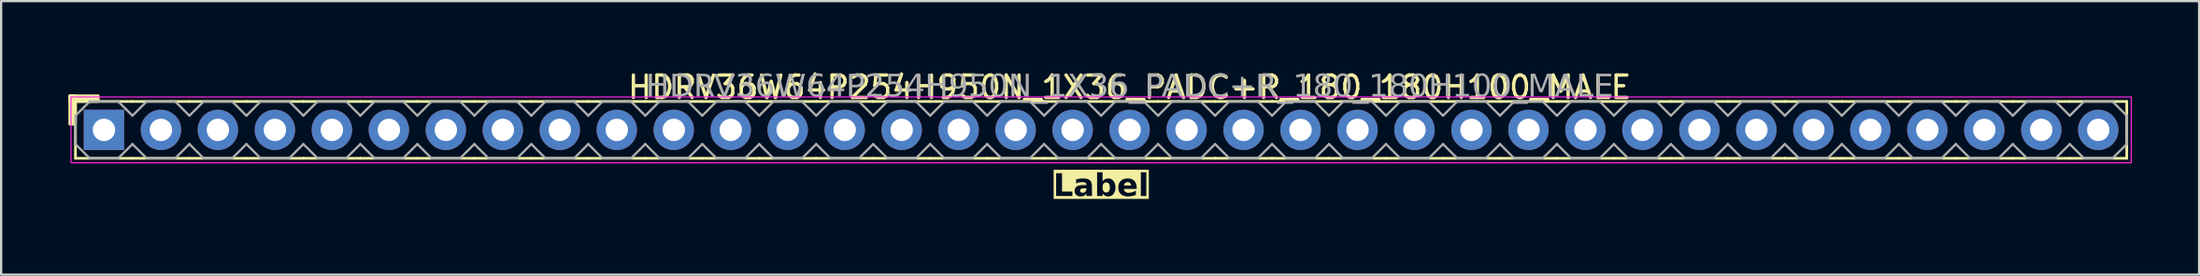
<source format=kicad_pcb>
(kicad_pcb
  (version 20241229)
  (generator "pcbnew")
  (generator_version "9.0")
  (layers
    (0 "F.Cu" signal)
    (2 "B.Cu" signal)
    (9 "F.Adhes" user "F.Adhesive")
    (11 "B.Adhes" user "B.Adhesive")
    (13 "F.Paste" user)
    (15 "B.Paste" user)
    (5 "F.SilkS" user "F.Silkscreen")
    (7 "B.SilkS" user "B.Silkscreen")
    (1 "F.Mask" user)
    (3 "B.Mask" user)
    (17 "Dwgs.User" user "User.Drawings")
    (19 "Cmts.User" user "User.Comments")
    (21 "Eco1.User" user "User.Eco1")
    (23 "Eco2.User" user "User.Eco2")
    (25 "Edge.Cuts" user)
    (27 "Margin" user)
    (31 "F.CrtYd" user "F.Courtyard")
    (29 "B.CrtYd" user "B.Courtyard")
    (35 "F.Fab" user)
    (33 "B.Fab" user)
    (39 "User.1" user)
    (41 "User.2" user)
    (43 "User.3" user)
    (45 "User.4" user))
  (footprint "HDRV36W64P254H950N_1X36_PADC+R_180_180H100_MALE"
    (layer "F.Cu")
    (at 46.034 2.753)
    (property "Reference" "HDRV36W64P254H950N_1X36_PADC+R_180_180H100_MALE" (at 1.27 -1.905 0) (layer "F.SilkS") (effects (font (size 1 1) (thickness 0.15))))
    (property "Label" "Label" (at 0 2.54 0) (layer "F.SilkS" knockout) (effects (font (face "Tahoma") (size 1 1) (thickness 0.2) (bold yes))))
    (attr through_hole)
    (fp_line (start -45.72 1.27) (end -45.72 -1.27) (stroke (width 0.12) (type solid)) (layer "F.SilkS"))
    (fp_line (start -43.18 -1.27) (end -45.72 -1.27) (stroke (width 0.12) (type solid)) (layer "F.SilkS"))
    (fp_line (start -43.18 1.27) (end -45.72 1.27) (stroke (width 0.12) (type solid)) (layer "F.SilkS"))
    (fp_line (start -40.64 -1.27) (end -43.18 -1.27) (stroke (width 0.12) (type solid)) (layer "F.SilkS"))
    (fp_line (start -40.64 1.27) (end -43.18 1.27) (stroke (width 0.12) (type solid)) (layer "F.SilkS"))
    (fp_line (start -38.1 -1.27) (end -40.64 -1.27) (stroke (width 0.12) (type solid)) (layer "F.SilkS"))
    (fp_line (start -38.1 1.27) (end -40.64 1.27) (stroke (width 0.12) (type solid)) (layer "F.SilkS"))
    (fp_line (start -35.56 -1.27) (end -38.1 -1.27) (stroke (width 0.12) (type solid)) (layer "F.SilkS"))
    (fp_line (start -35.56 1.27) (end -38.1 1.27) (stroke (width 0.12) (type solid)) (layer "F.SilkS"))
    (fp_line (start -33.02 -1.27) (end -35.56 -1.27) (stroke (width 0.12) (type solid)) (layer "F.SilkS"))
    (fp_line (start -33.02 1.27) (end -35.56 1.27) (stroke (width 0.12) (type solid)) (layer "F.SilkS"))
    (fp_line (start -30.48 -1.27) (end -33.02 -1.27) (stroke (width 0.12) (type solid)) (layer "F.SilkS"))
    (fp_line (start -30.48 1.27) (end -33.02 1.27) (stroke (width 0.12) (type solid)) (layer "F.SilkS"))
    (fp_line (start -27.94 -1.27) (end -30.48 -1.27) (stroke (width 0.12) (type solid)) (layer "F.SilkS"))
    (fp_line (start -27.94 1.27) (end -30.48 1.27) (stroke (width 0.12) (type solid)) (layer "F.SilkS"))
    (fp_line (start -25.4 -1.27) (end -27.94 -1.27) (stroke (width 0.12) (type solid)) (layer "F.SilkS"))
    (fp_line (start -25.4 1.27) (end -27.94 1.27) (stroke (width 0.12) (type solid)) (layer "F.SilkS"))
    (fp_line (start -22.86 -1.27) (end -25.4 -1.27) (stroke (width 0.12) (type solid)) (layer "F.SilkS"))
    (fp_line (start -22.86 1.27) (end -25.4 1.27) (stroke (width 0.12) (type solid)) (layer "F.SilkS"))
    (fp_line (start -20.32 -1.27) (end -22.86 -1.27) (stroke (width 0.12) (type solid)) (layer "F.SilkS"))
    (fp_line (start -20.32 1.27) (end -22.86 1.27) (stroke (width 0.12) (type solid)) (layer "F.SilkS"))
    (fp_line (start -17.78 -1.27) (end -20.32 -1.27) (stroke (width 0.12) (type solid)) (layer "F.SilkS"))
    (fp_line (start -17.78 1.27) (end -20.32 1.27) (stroke (width 0.12) (type solid)) (layer "F.SilkS"))
    (fp_line (start -15.24 -1.27) (end -17.78 -1.27) (stroke (width 0.12) (type solid)) (layer "F.SilkS"))
    (fp_line (start -15.24 1.27) (end -17.78 1.27) (stroke (width 0.12) (type solid)) (layer "F.SilkS"))
    (fp_line (start -12.7 -1.27) (end -15.24 -1.27) (stroke (width 0.12) (type solid)) (layer "F.SilkS"))
    (fp_line (start -12.7 1.27) (end -15.24 1.27) (stroke (width 0.12) (type solid)) (layer "F.SilkS"))
    (fp_line (start -10.16 -1.27) (end -12.7 -1.27) (stroke (width 0.12) (type solid)) (layer "F.SilkS"))
    (fp_line (start -10.16 1.27) (end -12.7 1.27) (stroke (width 0.12) (type solid)) (layer "F.SilkS"))
    (fp_line (start -7.62 -1.27) (end -10.16 -1.27) (stroke (width 0.12) (type solid)) (layer "F.SilkS"))
    (fp_line (start -7.62 1.27) (end -10.16 1.27) (stroke (width 0.12) (type solid)) (layer "F.SilkS"))
    (fp_line (start -5.08 -1.27) (end -7.62 -1.27) (stroke (width 0.12) (type solid)) (layer "F.SilkS"))
    (fp_line (start -5.08 1.27) (end -7.62 1.27) (stroke (width 0.12) (type solid)) (layer "F.SilkS"))
    (fp_line (start -2.54 -1.27) (end -5.08 -1.27) (stroke (width 0.12) (type solid)) (layer "F.SilkS"))
    (fp_line (start -2.54 1.27) (end -5.08 1.27) (stroke (width 0.12) (type solid)) (layer "F.SilkS"))
    (fp_line (start 0 -1.27) (end -2.54 -1.27) (stroke (width 0.12) (type solid)) (layer "F.SilkS"))
    (fp_line (start 0 1.27) (end -2.54 1.27) (stroke (width 0.12) (type solid)) (layer "F.SilkS"))
    (fp_line (start 2.54 -1.27) (end 0 -1.27) (stroke (width 0.12) (type solid)) (layer "F.SilkS"))
    (fp_line (start 2.54 1.27) (end 0 1.27) (stroke (width 0.12) (type solid)) (layer "F.SilkS"))
    (fp_line (start 5.08 -1.27) (end 2.54 -1.27) (stroke (width 0.12) (type solid)) (layer "F.SilkS"))
    (fp_line (start 5.08 1.27) (end 2.54 1.27) (stroke (width 0.12) (type solid)) (layer "F.SilkS"))
    (fp_line (start 7.62 -1.27) (end 5.08 -1.27) (stroke (width 0.12) (type solid)) (layer "F.SilkS"))
    (fp_line (start 7.62 1.27) (end 5.08 1.27) (stroke (width 0.12) (type solid)) (layer "F.SilkS"))
    (fp_line (start 10.16 -1.27) (end 7.62 -1.27) (stroke (width 0.12) (type solid)) (layer "F.SilkS"))
    (fp_line (start 10.16 1.27) (end 7.62 1.27) (stroke (width 0.12) (type solid)) (layer "F.SilkS"))
    (fp_line (start 12.7 -1.27) (end 10.16 -1.27) (stroke (width 0.12) (type solid)) (layer "F.SilkS"))
    (fp_line (start 12.7 1.27) (end 10.16 1.27) (stroke (width 0.12) (type solid)) (layer "F.SilkS"))
    (fp_line (start 15.24 -1.27) (end 12.7 -1.27) (stroke (width 0.12) (type solid)) (layer "F.SilkS"))
    (fp_line (start 15.24 1.27) (end 12.7 1.27) (stroke (width 0.12) (type solid)) (layer "F.SilkS"))
    (fp_line (start 17.78 -1.27) (end 15.24 -1.27) (stroke (width 0.12) (type solid)) (layer "F.SilkS"))
    (fp_line (start 17.78 1.27) (end 15.24 1.27) (stroke (width 0.12) (type solid)) (layer "F.SilkS"))
    (fp_line (start 20.32 -1.27) (end 17.78 -1.27) (stroke (width 0.12) (type solid)) (layer "F.SilkS"))
    (fp_line (start 20.32 1.27) (end 17.78 1.27) (stroke (width 0.12) (type solid)) (layer "F.SilkS"))
    (fp_line (start 22.86 -1.27) (end 20.32 -1.27) (stroke (width 0.12) (type solid)) (layer "F.SilkS"))
    (fp_line (start 22.86 1.27) (end 20.32 1.27) (stroke (width 0.12) (type solid)) (layer "F.SilkS"))
    (fp_line (start 25.4 -1.27) (end 22.86 -1.27) (stroke (width 0.12) (type solid)) (layer "F.SilkS"))
    (fp_line (start 25.4 1.27) (end 22.86 1.27) (stroke (width 0.12) (type solid)) (layer "F.SilkS"))
    (fp_line (start 27.94 -1.27) (end 25.4 -1.27) (stroke (width 0.12) (type solid)) (layer "F.SilkS"))
    (fp_line (start 27.94 1.27) (end 25.4 1.27) (stroke (width 0.12) (type solid)) (layer "F.SilkS"))
    (fp_line (start 30.48 -1.27) (end 27.94 -1.27) (stroke (width 0.12) (type solid)) (layer "F.SilkS"))
    (fp_line (start 30.48 1.27) (end 27.94 1.27) (stroke (width 0.12) (type solid)) (layer "F.SilkS"))
    (fp_line (start 33.02 -1.27) (end 30.48 -1.27) (stroke (width 0.12) (type solid)) (layer "F.SilkS"))
    (fp_line (start 33.02 1.27) (end 30.48 1.27) (stroke (width 0.12) (type solid)) (layer "F.SilkS"))
    (fp_line (start 35.56 -1.27) (end 33.02 -1.27) (stroke (width 0.12) (type solid)) (layer "F.SilkS"))
    (fp_line (start 35.56 1.27) (end 33.02 1.27) (stroke (width 0.12) (type solid)) (layer "F.SilkS"))
    (fp_line (start 38.1 -1.27) (end 35.56 -1.27) (stroke (width 0.12) (type solid)) (layer "F.SilkS"))
    (fp_line (start 38.1 1.27) (end 35.56 1.27) (stroke (width 0.12) (type solid)) (layer "F.SilkS"))
    (fp_line (start 40.64 -1.27) (end 38.1 -1.27) (stroke (width 0.12) (type solid)) (layer "F.SilkS"))
    (fp_line (start 40.64 1.27) (end 38.1 1.27) (stroke (width 0.12) (type solid)) (layer "F.SilkS"))
    (fp_line (start 43.18 -1.27) (end 40.64 -1.27) (stroke (width 0.12) (type solid)) (layer "F.SilkS"))
    (fp_line (start 43.18 1.27) (end 40.64 1.27) (stroke (width 0.12) (type solid)) (layer "F.SilkS"))
    (fp_line (start 45.72 -1.27) (end 43.18 -1.27) (stroke (width 0.12) (type solid)) (layer "F.SilkS"))
    (fp_line (start 45.72 1.27) (end 43.18 1.27) (stroke (width 0.12) (type solid)) (layer "F.SilkS"))
    (fp_line (start 45.72 1.27) (end 45.72 -1.27) (stroke (width 0.12) (type solid)) (layer "F.SilkS"))
    (fp_rect (start -45.974 -0.254) (end -45.72 -1.524) (stroke (width 0.12) (type solid)) (fill yes) (layer "F.SilkS"))
    (fp_rect (start -44.704 -1.27) (end -45.974 -1.524) (stroke (width 0.12) (type solid)) (fill yes) (layer "F.SilkS"))
    (fp_rect (start -45.92 -1.47) (end 45.92 1.47) (stroke (width 0.05) (type default)) (fill no) (layer "F.CrtYd"))
    (fp_line (start -45.72 -0.635) (end -45.72 0.635) (stroke (width 0.1) (type solid)) (layer "F.Fab"))
    (fp_line (start -45.72 -0.635) (end -45.085 -1.27) (stroke (width 0.1) (type solid)) (layer "F.Fab"))
    (fp_line (start -45.085 -1.27) (end -43.815 -1.27) (stroke (width 0.1) (type solid)) (layer "F.Fab"))
    (fp_line (start -45.085 1.27) (end -45.72 0.635) (stroke (width 0.1) (type solid)) (layer "F.Fab"))
    (fp_line (start -43.815 -1.27) (end -43.18 -0.635) (stroke (width 0.1) (type solid)) (layer "F.Fab"))
    (fp_line (start -43.815 1.27) (end -45.085 1.27) (stroke (width 0.1) (type solid)) (layer "F.Fab"))
    (fp_line (start -43.18 -0.635) (end -42.545 -1.27) (stroke (width 0.1) (type solid)) (layer "F.Fab"))
    (fp_line (start -43.18 0.635) (end -43.815 1.27) (stroke (width 0.1) (type solid)) (layer "F.Fab"))
    (fp_line (start -42.545 -1.27) (end -41.275 -1.27) (stroke (width 0.1) (type solid)) (layer "F.Fab"))
    (fp_line (start -42.545 1.27) (end -43.18 0.635) (stroke (width 0.1) (type solid)) (layer "F.Fab"))
    (fp_line (start -41.275 -1.27) (end -40.64 -0.635) (stroke (width 0.1) (type solid)) (layer "F.Fab"))
    (fp_line (start -41.275 1.27) (end -42.545 1.27) (stroke (width 0.1) (type solid)) (layer "F.Fab"))
    (fp_line (start -40.64 -0.635) (end -40.005 -1.27) (stroke (width 0.1) (type solid)) (layer "F.Fab"))
    (fp_line (start -40.64 0.635) (end -41.275 1.27) (stroke (width 0.1) (type solid)) (layer "F.Fab"))
    (fp_line (start -40.005 -1.27) (end -38.735 -1.27) (stroke (width 0.1) (type solid)) (layer "F.Fab"))
    (fp_line (start -40.005 1.27) (end -40.64 0.635) (stroke (width 0.1) (type solid)) (layer "F.Fab"))
    (fp_line (start -38.735 -1.27) (end -38.1 -0.635) (stroke (width 0.1) (type solid)) (layer "F.Fab"))
    (fp_line (start -38.735 1.27) (end -40.005 1.27) (stroke (width 0.1) (type solid)) (layer "F.Fab"))
    (fp_line (start -38.1 -0.635) (end -37.465 -1.27) (stroke (width 0.1) (type solid)) (layer "F.Fab"))
    (fp_line (start -38.1 0.635) (end -38.735 1.27) (stroke (width 0.1) (type solid)) (layer "F.Fab"))
    (fp_line (start -37.465 -1.27) (end -36.195 -1.27) (stroke (width 0.1) (type solid)) (layer "F.Fab"))
    (fp_line (start -37.465 1.27) (end -38.1 0.635) (stroke (width 0.1) (type solid)) (layer "F.Fab"))
    (fp_line (start -36.195 -1.27) (end -35.56 -0.635) (stroke (width 0.1) (type solid)) (layer "F.Fab"))
    (fp_line (start -36.195 1.27) (end -37.465 1.27) (stroke (width 0.1) (type solid)) (layer "F.Fab"))
    (fp_line (start -35.56 -0.635) (end -34.925 -1.27) (stroke (width 0.1) (type solid)) (layer "F.Fab"))
    (fp_line (start -35.56 0.635) (end -36.195 1.27) (stroke (width 0.1) (type solid)) (layer "F.Fab"))
    (fp_line (start -34.925 -1.27) (end -33.655 -1.27) (stroke (width 0.1) (type solid)) (layer "F.Fab"))
    (fp_line (start -34.925 1.27) (end -35.56 0.635) (stroke (width 0.1) (type solid)) (layer "F.Fab"))
    (fp_line (start -33.655 -1.27) (end -33.02 -0.635) (stroke (width 0.1) (type solid)) (layer "F.Fab"))
    (fp_line (start -33.655 1.27) (end -34.925 1.27) (stroke (width 0.1) (type solid)) (layer "F.Fab"))
    (fp_line (start -33.02 -0.635) (end -32.385 -1.27) (stroke (width 0.1) (type solid)) (layer "F.Fab"))
    (fp_line (start -33.02 0.635) (end -33.655 1.27) (stroke (width 0.1) (type solid)) (layer "F.Fab"))
    (fp_line (start -32.385 -1.27) (end -31.115 -1.27) (stroke (width 0.1) (type solid)) (layer "F.Fab"))
    (fp_line (start -32.385 1.27) (end -33.02 0.635) (stroke (width 0.1) (type solid)) (layer "F.Fab"))
    (fp_line (start -31.115 -1.27) (end -30.48 -0.635) (stroke (width 0.1) (type solid)) (layer "F.Fab"))
    (fp_line (start -31.115 1.27) (end -32.385 1.27) (stroke (width 0.1) (type solid)) (layer "F.Fab"))
    (fp_line (start -30.48 -0.635) (end -29.845 -1.27) (stroke (width 0.1) (type solid)) (layer "F.Fab"))
    (fp_line (start -30.48 0.635) (end -31.115 1.27) (stroke (width 0.1) (type solid)) (layer "F.Fab"))
    (fp_line (start -29.845 -1.27) (end -28.575 -1.27) (stroke (width 0.1) (type solid)) (layer "F.Fab"))
    (fp_line (start -29.845 1.27) (end -30.48 0.635) (stroke (width 0.1) (type solid)) (layer "F.Fab"))
    (fp_line (start -28.575 -1.27) (end -27.94 -0.635) (stroke (width 0.1) (type solid)) (layer "F.Fab"))
    (fp_line (start -28.575 1.27) (end -29.845 1.27) (stroke (width 0.1) (type solid)) (layer "F.Fab"))
    (fp_line (start -27.94 -0.635) (end -27.305 -1.27) (stroke (width 0.1) (type solid)) (layer "F.Fab"))
    (fp_line (start -27.94 0.635) (end -28.575 1.27) (stroke (width 0.1) (type solid)) (layer "F.Fab"))
    (fp_line (start -27.305 -1.27) (end -26.035 -1.27) (stroke (width 0.1) (type solid)) (layer "F.Fab"))
    (fp_line (start -27.305 1.27) (end -27.94 0.635) (stroke (width 0.1) (type solid)) (layer "F.Fab"))
    (fp_line (start -26.035 -1.27) (end -25.4 -0.635) (stroke (width 0.1) (type solid)) (layer "F.Fab"))
    (fp_line (start -26.035 1.27) (end -27.305 1.27) (stroke (width 0.1) (type solid)) (layer "F.Fab"))
    (fp_line (start -25.4 -0.635) (end -24.765 -1.27) (stroke (width 0.1) (type solid)) (layer "F.Fab"))
    (fp_line (start -25.4 0.635) (end -26.035 1.27) (stroke (width 0.1) (type solid)) (layer "F.Fab"))
    (fp_line (start -24.765 -1.27) (end -23.495 -1.27) (stroke (width 0.1) (type solid)) (layer "F.Fab"))
    (fp_line (start -24.765 1.27) (end -25.4 0.635) (stroke (width 0.1) (type solid)) (layer "F.Fab"))
    (fp_line (start -23.495 -1.27) (end -22.86 -0.635) (stroke (width 0.1) (type solid)) (layer "F.Fab"))
    (fp_line (start -23.495 1.27) (end -24.765 1.27) (stroke (width 0.1) (type solid)) (layer "F.Fab"))
    (fp_line (start -22.86 -0.635) (end -22.225 -1.27) (stroke (width 0.1) (type solid)) (layer "F.Fab"))
    (fp_line (start -22.86 0.635) (end -23.495 1.27) (stroke (width 0.1) (type solid)) (layer "F.Fab"))
    (fp_line (start -22.225 -1.27) (end -20.955 -1.27) (stroke (width 0.1) (type solid)) (layer "F.Fab"))
    (fp_line (start -22.225 1.27) (end -22.86 0.635) (stroke (width 0.1) (type solid)) (layer "F.Fab"))
    (fp_line (start -20.955 -1.27) (end -20.32 -0.635) (stroke (width 0.1) (type solid)) (layer "F.Fab"))
    (fp_line (start -20.955 1.27) (end -22.225 1.27) (stroke (width 0.1) (type solid)) (layer "F.Fab"))
    (fp_line (start -20.32 -0.635) (end -19.685 -1.27) (stroke (width 0.1) (type solid)) (layer "F.Fab"))
    (fp_line (start -20.32 0.635) (end -20.955 1.27) (stroke (width 0.1) (type solid)) (layer "F.Fab"))
    (fp_line (start -19.685 -1.27) (end -18.415 -1.27) (stroke (width 0.1) (type solid)) (layer "F.Fab"))
    (fp_line (start -19.685 1.27) (end -20.32 0.635) (stroke (width 0.1) (type solid)) (layer "F.Fab"))
    (fp_line (start -18.415 -1.27) (end -17.78 -0.635) (stroke (width 0.1) (type solid)) (layer "F.Fab"))
    (fp_line (start -18.415 1.27) (end -19.685 1.27) (stroke (width 0.1) (type solid)) (layer "F.Fab"))
    (fp_line (start -17.78 -0.635) (end -17.145 -1.27) (stroke (width 0.1) (type solid)) (layer "F.Fab"))
    (fp_line (start -17.78 0.635) (end -18.415 1.27) (stroke (width 0.1) (type solid)) (layer "F.Fab"))
    (fp_line (start -17.145 -1.27) (end -15.875 -1.27) (stroke (width 0.1) (type solid)) (layer "F.Fab"))
    (fp_line (start -17.145 1.27) (end -17.78 0.635) (stroke (width 0.1) (type solid)) (layer "F.Fab"))
    (fp_line (start -15.875 -1.27) (end -15.24 -0.635) (stroke (width 0.1) (type solid)) (layer "F.Fab"))
    (fp_line (start -15.875 1.27) (end -17.145 1.27) (stroke (width 0.1) (type solid)) (layer "F.Fab"))
    (fp_line (start -15.24 -0.635) (end -14.605 -1.27) (stroke (width 0.1) (type solid)) (layer "F.Fab"))
    (fp_line (start -15.24 0.635) (end -15.875 1.27) (stroke (width 0.1) (type solid)) (layer "F.Fab"))
    (fp_line (start -14.605 -1.27) (end -13.335 -1.27) (stroke (width 0.1) (type solid)) (layer "F.Fab"))
    (fp_line (start -14.605 1.27) (end -15.24 0.635) (stroke (width 0.1) (type solid)) (layer "F.Fab"))
    (fp_line (start -13.335 -1.27) (end -12.7 -0.635) (stroke (width 0.1) (type solid)) (layer "F.Fab"))
    (fp_line (start -13.335 1.27) (end -14.605 1.27) (stroke (width 0.1) (type solid)) (layer "F.Fab"))
    (fp_line (start -12.7 -0.635) (end -12.065 -1.27) (stroke (width 0.1) (type solid)) (layer "F.Fab"))
    (fp_line (start -12.7 0.635) (end -13.335 1.27) (stroke (width 0.1) (type solid)) (layer "F.Fab"))
    (fp_line (start -12.065 -1.27) (end -10.795 -1.27) (stroke (width 0.1) (type solid)) (layer "F.Fab"))
    (fp_line (start -12.065 1.27) (end -12.7 0.635) (stroke (width 0.1) (type solid)) (layer "F.Fab"))
    (fp_line (start -10.795 -1.27) (end -10.16 -0.635) (stroke (width 0.1) (type solid)) (layer "F.Fab"))
    (fp_line (start -10.795 1.27) (end -12.065 1.27) (stroke (width 0.1) (type solid)) (layer "F.Fab"))
    (fp_line (start -10.16 -0.635) (end -9.525 -1.27) (stroke (width 0.1) (type solid)) (layer "F.Fab"))
    (fp_line (start -10.16 0.635) (end -10.795 1.27) (stroke (width 0.1) (type solid)) (layer "F.Fab"))
    (fp_line (start -9.525 -1.27) (end -8.255 -1.27) (stroke (width 0.1) (type solid)) (layer "F.Fab"))
    (fp_line (start -9.525 1.27) (end -10.16 0.635) (stroke (width 0.1) (type solid)) (layer "F.Fab"))
    (fp_line (start -8.255 -1.27) (end -7.62 -0.635) (stroke (width 0.1) (type solid)) (layer "F.Fab"))
    (fp_line (start -8.255 1.27) (end -9.525 1.27) (stroke (width 0.1) (type solid)) (layer "F.Fab"))
    (fp_line (start -7.62 -0.635) (end -6.985 -1.27) (stroke (width 0.1) (type solid)) (layer "F.Fab"))
    (fp_line (start -7.62 0.635) (end -8.255 1.27) (stroke (width 0.1) (type solid)) (layer "F.Fab"))
    (fp_line (start -6.985 -1.27) (end -5.715 -1.27) (stroke (width 0.1) (type solid)) (layer "F.Fab"))
    (fp_line (start -6.985 1.27) (end -7.62 0.635) (stroke (width 0.1) (type solid)) (layer "F.Fab"))
    (fp_line (start -5.715 -1.27) (end -5.08 -0.635) (stroke (width 0.1) (type solid)) (layer "F.Fab"))
    (fp_line (start -5.715 1.27) (end -6.985 1.27) (stroke (width 0.1) (type solid)) (layer "F.Fab"))
    (fp_line (start -5.08 -0.635) (end -4.445 -1.27) (stroke (width 0.1) (type solid)) (layer "F.Fab"))
    (fp_line (start -5.08 0.635) (end -5.715 1.27) (stroke (width 0.1) (type solid)) (layer "F.Fab"))
    (fp_line (start -4.445 -1.27) (end -3.175 -1.27) (stroke (width 0.1) (type solid)) (layer "F.Fab"))
    (fp_line (start -4.445 1.27) (end -5.08 0.635) (stroke (width 0.1) (type solid)) (layer "F.Fab"))
    (fp_line (start -3.175 -1.27) (end -2.54 -0.635) (stroke (width 0.1) (type solid)) (layer "F.Fab"))
    (fp_line (start -3.175 1.27) (end -4.445 1.27) (stroke (width 0.1) (type solid)) (layer "F.Fab"))
    (fp_line (start -2.54 -0.635) (end -1.905 -1.27) (stroke (width 0.1) (type solid)) (layer "F.Fab"))
    (fp_line (start -2.54 0.635) (end -3.175 1.27) (stroke (width 0.1) (type solid)) (layer "F.Fab"))
    (fp_line (start -1.905 -1.27) (end -0.635 -1.27) (stroke (width 0.1) (type solid)) (layer "F.Fab"))
    (fp_line (start -1.905 1.27) (end -2.54 0.635) (stroke (width 0.1) (type solid)) (layer "F.Fab"))
    (fp_line (start -0.635 -1.27) (end 0 -0.635) (stroke (width 0.1) (type solid)) (layer "F.Fab"))
    (fp_line (start -0.635 1.27) (end -1.905 1.27) (stroke (width 0.1) (type solid)) (layer "F.Fab"))
    (fp_line (start 0 -0.635) (end 0.635 -1.27) (stroke (width 0.1) (type solid)) (layer "F.Fab"))
    (fp_line (start 0 0.635) (end -0.635 1.27) (stroke (width 0.1) (type solid)) (layer "F.Fab"))
    (fp_line (start 0.635 -1.27) (end 1.905 -1.27) (stroke (width 0.1) (type solid)) (layer "F.Fab"))
    (fp_line (start 0.635 1.27) (end 0 0.635) (stroke (width 0.1) (type solid)) (layer "F.Fab"))
    (fp_line (start 1.905 -1.27) (end 2.54 -0.635) (stroke (width 0.1) (type solid)) (layer "F.Fab"))
    (fp_line (start 1.905 1.27) (end 0.635 1.27) (stroke (width 0.1) (type solid)) (layer "F.Fab"))
    (fp_line (start 2.54 -0.635) (end 3.175 -1.27) (stroke (width 0.1) (type solid)) (layer "F.Fab"))
    (fp_line (start 2.54 0.635) (end 1.905 1.27) (stroke (width 0.1) (type solid)) (layer "F.Fab"))
    (fp_line (start 3.175 -1.27) (end 4.445 -1.27) (stroke (width 0.1) (type solid)) (layer "F.Fab"))
    (fp_line (start 3.175 1.27) (end 2.54 0.635) (stroke (width 0.1) (type solid)) (layer "F.Fab"))
    (fp_line (start 4.445 -1.27) (end 5.08 -0.635) (stroke (width 0.1) (type solid)) (layer "F.Fab"))
    (fp_line (start 4.445 1.27) (end 3.175 1.27) (stroke (width 0.1) (type solid)) (layer "F.Fab"))
    (fp_line (start 5.08 -0.635) (end 5.715 -1.27) (stroke (width 0.1) (type solid)) (layer "F.Fab"))
    (fp_line (start 5.08 0.635) (end 4.445 1.27) (stroke (width 0.1) (type solid)) (layer "F.Fab"))
    (fp_line (start 5.715 -1.27) (end 6.985 -1.27) (stroke (width 0.1) (type solid)) (layer "F.Fab"))
    (fp_line (start 5.715 1.27) (end 5.08 0.635) (stroke (width 0.1) (type solid)) (layer "F.Fab"))
    (fp_line (start 6.985 -1.27) (end 7.62 -0.635) (stroke (width 0.1) (type solid)) (layer "F.Fab"))
    (fp_line (start 6.985 1.27) (end 5.715 1.27) (stroke (width 0.1) (type solid)) (layer "F.Fab"))
    (fp_line (start 7.62 -0.635) (end 8.255 -1.27) (stroke (width 0.1) (type solid)) (layer "F.Fab"))
    (fp_line (start 7.62 0.635) (end 6.985 1.27) (stroke (width 0.1) (type solid)) (layer "F.Fab"))
    (fp_line (start 8.255 -1.27) (end 9.525 -1.27) (stroke (width 0.1) (type solid)) (layer "F.Fab"))
    (fp_line (start 8.255 1.27) (end 7.62 0.635) (stroke (width 0.1) (type solid)) (layer "F.Fab"))
    (fp_line (start 9.525 -1.27) (end 10.16 -0.635) (stroke (width 0.1) (type solid)) (layer "F.Fab"))
    (fp_line (start 9.525 1.27) (end 8.255 1.27) (stroke (width 0.1) (type solid)) (layer "F.Fab"))
    (fp_line (start 10.16 -0.635) (end 10.795 -1.27) (stroke (width 0.1) (type solid)) (layer "F.Fab"))
    (fp_line (start 10.16 0.635) (end 9.525 1.27) (stroke (width 0.1) (type solid)) (layer "F.Fab"))
    (fp_line (start 10.795 -1.27) (end 12.065 -1.27) (stroke (width 0.1) (type solid)) (layer "F.Fab"))
    (fp_line (start 10.795 1.27) (end 10.16 0.635) (stroke (width 0.1) (type solid)) (layer "F.Fab"))
    (fp_line (start 12.065 -1.27) (end 12.7 -0.635) (stroke (width 0.1) (type solid)) (layer "F.Fab"))
    (fp_line (start 12.065 1.27) (end 10.795 1.27) (stroke (width 0.1) (type solid)) (layer "F.Fab"))
    (fp_line (start 12.7 -0.635) (end 13.335 -1.27) (stroke (width 0.1) (type solid)) (layer "F.Fab"))
    (fp_line (start 12.7 0.635) (end 12.065 1.27) (stroke (width 0.1) (type solid)) (layer "F.Fab"))
    (fp_line (start 13.335 -1.27) (end 14.605 -1.27) (stroke (width 0.1) (type solid)) (layer "F.Fab"))
    (fp_line (start 13.335 1.27) (end 12.7 0.635) (stroke (width 0.1) (type solid)) (layer "F.Fab"))
    (fp_line (start 14.605 -1.27) (end 15.24 -0.635) (stroke (width 0.1) (type solid)) (layer "F.Fab"))
    (fp_line (start 14.605 1.27) (end 13.335 1.27) (stroke (width 0.1) (type solid)) (layer "F.Fab"))
    (fp_line (start 15.24 -0.635) (end 15.875 -1.27) (stroke (width 0.1) (type solid)) (layer "F.Fab"))
    (fp_line (start 15.24 0.635) (end 14.605 1.27) (stroke (width 0.1) (type solid)) (layer "F.Fab"))
    (fp_line (start 15.875 -1.27) (end 17.145 -1.27) (stroke (width 0.1) (type solid)) (layer "F.Fab"))
    (fp_line (start 15.875 1.27) (end 15.24 0.635) (stroke (width 0.1) (type solid)) (layer "F.Fab"))
    (fp_line (start 17.145 -1.27) (end 17.78 -0.635) (stroke (width 0.1) (type solid)) (layer "F.Fab"))
    (fp_line (start 17.145 1.27) (end 15.875 1.27) (stroke (width 0.1) (type solid)) (layer "F.Fab"))
    (fp_line (start 17.78 -0.635) (end 18.415 -1.27) (stroke (width 0.1) (type solid)) (layer "F.Fab"))
    (fp_line (start 17.78 0.635) (end 17.145 1.27) (stroke (width 0.1) (type solid)) (layer "F.Fab"))
    (fp_line (start 18.415 -1.27) (end 19.685 -1.27) (stroke (width 0.1) (type solid)) (layer "F.Fab"))
    (fp_line (start 18.415 1.27) (end 17.78 0.635) (stroke (width 0.1) (type solid)) (layer "F.Fab"))
    (fp_line (start 19.685 -1.27) (end 20.32 -0.635) (stroke (width 0.1) (type solid)) (layer "F.Fab"))
    (fp_line (start 19.685 1.27) (end 18.415 1.27) (stroke (width 0.1) (type solid)) (layer "F.Fab"))
    (fp_line (start 20.32 -0.635) (end 20.955 -1.27) (stroke (width 0.1) (type solid)) (layer "F.Fab"))
    (fp_line (start 20.32 0.635) (end 19.685 1.27) (stroke (width 0.1) (type solid)) (layer "F.Fab"))
    (fp_line (start 20.955 -1.27) (end 22.225 -1.27) (stroke (width 0.1) (type solid)) (layer "F.Fab"))
    (fp_line (start 20.955 1.27) (end 20.32 0.635) (stroke (width 0.1) (type solid)) (layer "F.Fab"))
    (fp_line (start 22.225 -1.27) (end 22.86 -0.635) (stroke (width 0.1) (type solid)) (layer "F.Fab"))
    (fp_line (start 22.225 1.27) (end 20.955 1.27) (stroke (width 0.1) (type solid)) (layer "F.Fab"))
    (fp_line (start 22.86 -0.635) (end 23.495 -1.27) (stroke (width 0.1) (type solid)) (layer "F.Fab"))
    (fp_line (start 22.86 0.635) (end 22.225 1.27) (stroke (width 0.1) (type solid)) (layer "F.Fab"))
    (fp_line (start 23.495 -1.27) (end 24.765 -1.27) (stroke (width 0.1) (type solid)) (layer "F.Fab"))
    (fp_line (start 23.495 1.27) (end 22.86 0.635) (stroke (width 0.1) (type solid)) (layer "F.Fab"))
    (fp_line (start 24.765 -1.27) (end 25.4 -0.635) (stroke (width 0.1) (type solid)) (layer "F.Fab"))
    (fp_line (start 24.765 1.27) (end 23.495 1.27) (stroke (width 0.1) (type solid)) (layer "F.Fab"))
    (fp_line (start 25.4 -0.635) (end 26.035 -1.27) (stroke (width 0.1) (type solid)) (layer "F.Fab"))
    (fp_line (start 25.4 0.635) (end 24.765 1.27) (stroke (width 0.1) (type solid)) (layer "F.Fab"))
    (fp_line (start 26.035 -1.27) (end 27.305 -1.27) (stroke (width 0.1) (type solid)) (layer "F.Fab"))
    (fp_line (start 26.035 1.27) (end 25.4 0.635) (stroke (width 0.1) (type solid)) (layer "F.Fab"))
    (fp_line (start 27.305 -1.27) (end 27.94 -0.635) (stroke (width 0.1) (type solid)) (layer "F.Fab"))
    (fp_line (start 27.305 1.27) (end 26.035 1.27) (stroke (width 0.1) (type solid)) (layer "F.Fab"))
    (fp_line (start 27.94 -0.635) (end 28.575 -1.27) (stroke (width 0.1) (type solid)) (layer "F.Fab"))
    (fp_line (start 27.94 0.635) (end 27.305 1.27) (stroke (width 0.1) (type solid)) (layer "F.Fab"))
    (fp_line (start 28.575 -1.27) (end 29.845 -1.27) (stroke (width 0.1) (type solid)) (layer "F.Fab"))
    (fp_line (start 28.575 1.27) (end 27.94 0.635) (stroke (width 0.1) (type solid)) (layer "F.Fab"))
    (fp_line (start 29.845 -1.27) (end 30.48 -0.635) (stroke (width 0.1) (type solid)) (layer "F.Fab"))
    (fp_line (start 29.845 1.27) (end 28.575 1.27) (stroke (width 0.1) (type solid)) (layer "F.Fab"))
    (fp_line (start 30.48 -0.635) (end 31.115 -1.27) (stroke (width 0.1) (type solid)) (layer "F.Fab"))
    (fp_line (start 30.48 0.635) (end 29.845 1.27) (stroke (width 0.1) (type solid)) (layer "F.Fab"))
    (fp_line (start 31.115 -1.27) (end 32.385 -1.27) (stroke (width 0.1) (type solid)) (layer "F.Fab"))
    (fp_line (start 31.115 1.27) (end 30.48 0.635) (stroke (width 0.1) (type solid)) (layer "F.Fab"))
    (fp_line (start 32.385 -1.27) (end 33.02 -0.635) (stroke (width 0.1) (type solid)) (layer "F.Fab"))
    (fp_line (start 32.385 1.27) (end 31.115 1.27) (stroke (width 0.1) (type solid)) (layer "F.Fab"))
    (fp_line (start 33.02 -0.635) (end 33.655 -1.27) (stroke (width 0.1) (type solid)) (layer "F.Fab"))
    (fp_line (start 33.02 0.635) (end 32.385 1.27) (stroke (width 0.1) (type solid)) (layer "F.Fab"))
    (fp_line (start 33.655 -1.27) (end 34.925 -1.27) (stroke (width 0.1) (type solid)) (layer "F.Fab"))
    (fp_line (start 33.655 1.27) (end 33.02 0.635) (stroke (width 0.1) (type solid)) (layer "F.Fab"))
    (fp_line (start 34.925 -1.27) (end 35.56 -0.635) (stroke (width 0.1) (type solid)) (layer "F.Fab"))
    (fp_line (start 34.925 1.27) (end 33.655 1.27) (stroke (width 0.1) (type solid)) (layer "F.Fab"))
    (fp_line (start 35.56 -0.635) (end 36.195 -1.27) (stroke (width 0.1) (type solid)) (layer "F.Fab"))
    (fp_line (start 35.56 0.635) (end 34.925 1.27) (stroke (width 0.1) (type solid)) (layer "F.Fab"))
    (fp_line (start 36.195 -1.27) (end 37.465 -1.27) (stroke (width 0.1) (type solid)) (layer "F.Fab"))
    (fp_line (start 36.195 1.27) (end 35.56 0.635) (stroke (width 0.1) (type solid)) (layer "F.Fab"))
    (fp_line (start 37.465 -1.27) (end 38.1 -0.635) (stroke (width 0.1) (type solid)) (layer "F.Fab"))
    (fp_line (start 37.465 1.27) (end 36.195 1.27) (stroke (width 0.1) (type solid)) (layer "F.Fab"))
    (fp_line (start 38.1 -0.635) (end 38.735 -1.27) (stroke (width 0.1) (type solid)) (layer "F.Fab"))
    (fp_line (start 38.1 0.635) (end 37.465 1.27) (stroke (width 0.1) (type solid)) (layer "F.Fab"))
    (fp_line (start 38.735 -1.27) (end 40.005 -1.27) (stroke (width 0.1) (type solid)) (layer "F.Fab"))
    (fp_line (start 38.735 1.27) (end 38.1 0.635) (stroke (width 0.1) (type solid)) (layer "F.Fab"))
    (fp_line (start 40.005 -1.27) (end 40.64 -0.635) (stroke (width 0.1) (type solid)) (layer "F.Fab"))
    (fp_line (start 40.005 1.27) (end 38.735 1.27) (stroke (width 0.1) (type solid)) (layer "F.Fab"))
    (fp_line (start 40.64 -0.635) (end 41.275 -1.27) (stroke (width 0.1) (type solid)) (layer "F.Fab"))
    (fp_line (start 40.64 0.635) (end 40.005 1.27) (stroke (width 0.1) (type solid)) (layer "F.Fab"))
    (fp_line (start 41.275 -1.27) (end 42.545 -1.27) (stroke (width 0.1) (type solid)) (layer "F.Fab"))
    (fp_line (start 41.275 1.27) (end 40.64 0.635) (stroke (width 0.1) (type solid)) (layer "F.Fab"))
    (fp_line (start 42.545 -1.27) (end 43.18 -0.635) (stroke (width 0.1) (type solid)) (layer "F.Fab"))
    (fp_line (start 42.545 1.27) (end 41.275 1.27) (stroke (width 0.1) (type solid)) (layer "F.Fab"))
    (fp_line (start 43.18 -0.635) (end 43.815 -1.27) (stroke (width 0.1) (type solid)) (layer "F.Fab"))
    (fp_line (start 43.18 0.635) (end 42.545 1.27) (stroke (width 0.1) (type solid)) (layer "F.Fab"))
    (fp_line (start 43.815 -1.27) (end 45.085 -1.27) (stroke (width 0.1) (type solid)) (layer "F.Fab"))
    (fp_line (start 43.815 1.27) (end 43.18 0.635) (stroke (width 0.1) (type solid)) (layer "F.Fab"))
    (fp_line (start 45.085 -1.27) (end 45.72 -0.635) (stroke (width 0.1) (type solid)) (layer "F.Fab"))
    (fp_line (start 45.085 1.27) (end 43.815 1.27) (stroke (width 0.1) (type solid)) (layer "F.Fab"))
    (fp_line (start 45.72 -0.635) (end 45.72 0.635) (stroke (width 0.1) (type solid)) (layer "F.Fab"))
    (fp_line (start 45.72 0.635) (end 45.085 1.27) (stroke (width 0.1) (type solid)) (layer "F.Fab"))
    (fp_rect (start -44.196 -0.254) (end -44.704 0.254) (stroke (width 0.1) (type solid)) (fill no) (layer "F.Fab"))
    (fp_rect (start -41.656 -0.254) (end -42.164 0.254) (stroke (width 0.1) (type solid)) (fill no) (layer "F.Fab"))
    (fp_rect (start -39.116 -0.254) (end -39.624 0.254) (stroke (width 0.1) (type solid)) (fill no) (layer "F.Fab"))
    (fp_rect (start -36.576 -0.254) (end -37.084 0.254) (stroke (width 0.1) (type solid)) (fill no) (layer "F.Fab"))
    (fp_rect (start -34.036 -0.254) (end -34.544 0.254) (stroke (width 0.1) (type solid)) (fill no) (layer "F.Fab"))
    (fp_rect (start -31.496 -0.254) (end -32.004 0.254) (stroke (width 0.1) (type solid)) (fill no) (layer "F.Fab"))
    (fp_rect (start -28.956 -0.254) (end -29.464 0.254) (stroke (width 0.1) (type solid)) (fill no) (layer "F.Fab"))
    (fp_rect (start -26.416 -0.254) (end -26.924 0.254) (stroke (width 0.1) (type solid)) (fill no) (layer "F.Fab"))
    (fp_rect (start -23.876 -0.254) (end -24.384 0.254) (stroke (width 0.1) (type solid)) (fill no) (layer "F.Fab"))
    (fp_rect (start -21.336 -0.254) (end -21.844 0.254) (stroke (width 0.1) (type solid)) (fill no) (layer "F.Fab"))
    (fp_rect (start -18.796 -0.254) (end -19.304 0.254) (stroke (width 0.1) (type solid)) (fill no) (layer "F.Fab"))
    (fp_rect (start -16.256 -0.254) (end -16.764 0.254) (stroke (width 0.1) (type solid)) (fill no) (layer "F.Fab"))
    (fp_rect (start -13.716 -0.254) (end -14.224 0.254) (stroke (width 0.1) (type solid)) (fill no) (layer "F.Fab"))
    (fp_rect (start -11.176 -0.254) (end -11.684 0.254) (stroke (width 0.1) (type solid)) (fill no) (layer "F.Fab"))
    (fp_rect (start -8.636 -0.254) (end -9.144 0.254) (stroke (width 0.1) (type solid)) (fill no) (layer "F.Fab"))
    (fp_rect (start -6.096 -0.254) (end -6.604 0.254) (stroke (width 0.1) (type solid)) (fill no) (layer "F.Fab"))
    (fp_rect (start -3.556 -0.254) (end -4.064 0.254) (stroke (width 0.1) (type solid)) (fill no) (layer "F.Fab"))
    (fp_rect (start -1.016 -0.254) (end -1.524 0.254) (stroke (width 0.1) (type solid)) (fill no) (layer "F.Fab"))
    (fp_rect (start 1.524 -0.254) (end 1.016 0.254) (stroke (width 0.1) (type solid)) (fill no) (layer "F.Fab"))
    (fp_rect (start 4.064 -0.254) (end 3.556 0.254) (stroke (width 0.1) (type solid)) (fill no) (layer "F.Fab"))
    (fp_rect (start 6.604 -0.254) (end 6.096 0.254) (stroke (width 0.1) (type solid)) (fill no) (layer "F.Fab"))
    (fp_rect (start 9.144 -0.254) (end 8.636 0.254) (stroke (width 0.1) (type solid)) (fill no) (layer "F.Fab"))
    (fp_rect (start 11.684 -0.254) (end 11.176 0.254) (stroke (width 0.1) (type solid)) (fill no) (layer "F.Fab"))
    (fp_rect (start 14.224 -0.254) (end 13.716 0.254) (stroke (width 0.1) (type solid)) (fill no) (layer "F.Fab"))
    (fp_rect (start 16.764 -0.254) (end 16.256 0.254) (stroke (width 0.1) (type solid)) (fill no) (layer "F.Fab"))
    (fp_rect (start 19.304 -0.254) (end 18.796 0.254) (stroke (width 0.1) (type solid)) (fill no) (layer "F.Fab"))
    (fp_rect (start 21.844 -0.254) (end 21.336 0.254) (stroke (width 0.1) (type solid)) (fill no) (layer "F.Fab"))
    (fp_rect (start 24.384 -0.254) (end 23.876 0.254) (stroke (width 0.1) (type solid)) (fill no) (layer "F.Fab"))
    (fp_rect (start 26.924 -0.254) (end 26.416 0.254) (stroke (width 0.1) (type solid)) (fill no) (layer "F.Fab"))
    (fp_rect (start 29.464 -0.254) (end 28.956 0.254) (stroke (width 0.1) (type solid)) (fill no) (layer "F.Fab"))
    (fp_rect (start 32.004 -0.254) (end 31.496 0.254) (stroke (width 0.1) (type solid)) (fill no) (layer "F.Fab"))
    (fp_rect (start 34.544 -0.254) (end 34.036 0.254) (stroke (width 0.1) (type solid)) (fill no) (layer "F.Fab"))
    (fp_rect (start 37.084 -0.254) (end 36.576 0.254) (stroke (width 0.1) (type solid)) (fill no) (layer "F.Fab"))
    (fp_rect (start 39.624 -0.254) (end 39.116 0.254) (stroke (width 0.1) (type solid)) (fill no) (layer "F.Fab"))
    (fp_rect (start 42.164 -0.254) (end 41.656 0.254) (stroke (width 0.1) (type solid)) (fill no) (layer "F.Fab"))
    (fp_rect (start 44.704 -0.254) (end 44.196 0.254) (stroke (width 0.1) (type solid)) (fill no) (layer "F.Fab"))
    (fp_text user "${REFERENCE}" (at 1.27 -1.905 0) (layer "F.Fab") (effects (font (face "Tahoma") (size 1 1) (thickness 0.15))))
    (pad "1" thru_hole rect (at -44.45 0) (size 1.8 1.8) (drill 1) (layers "*.Cu" "*.Mask"))
    (pad "2" thru_hole circle (at -41.91 0) (size 1.8 1.8) (drill 1) (layers "*.Cu" "*.Mask"))
    (pad "3" thru_hole circle (at -39.37 0) (size 1.8 1.8) (drill 1) (layers "*.Cu" "*.Mask"))
    (pad "4" thru_hole circle (at -36.83 0) (size 1.8 1.8) (drill 1) (layers "*.Cu" "*.Mask"))
    (pad "5" thru_hole circle (at -34.29 0) (size 1.8 1.8) (drill 1) (layers "*.Cu" "*.Mask"))
    (pad "6" thru_hole circle (at -31.75 0) (size 1.8 1.8) (drill 1) (layers "*.Cu" "*.Mask"))
    (pad "7" thru_hole circle (at -29.21 0) (size 1.8 1.8) (drill 1) (layers "*.Cu" "*.Mask"))
    (pad "8" thru_hole circle (at -26.67 0) (size 1.8 1.8) (drill 1) (layers "*.Cu" "*.Mask"))
    (pad "9" thru_hole circle (at -24.13 0) (size 1.8 1.8) (drill 1) (layers "*.Cu" "*.Mask"))
    (pad "10" thru_hole circle (at -21.59 0) (size 1.8 1.8) (drill 1) (layers "*.Cu" "*.Mask"))
    (pad "11" thru_hole circle (at -19.05 0) (size 1.8 1.8) (drill 1) (layers "*.Cu" "*.Mask"))
    (pad "12" thru_hole circle (at -16.51 0) (size 1.8 1.8) (drill 1) (layers "*.Cu" "*.Mask"))
    (pad "13" thru_hole circle (at -13.97 0) (size 1.8 1.8) (drill 1) (layers "*.Cu" "*.Mask"))
    (pad "14" thru_hole circle (at -11.43 0) (size 1.8 1.8) (drill 1) (layers "*.Cu" "*.Mask"))
    (pad "15" thru_hole circle (at -8.89 0) (size 1.8 1.8) (drill 1) (layers "*.Cu" "*.Mask"))
    (pad "16" thru_hole circle (at -6.35 0) (size 1.8 1.8) (drill 1) (layers "*.Cu" "*.Mask"))
    (pad "17" thru_hole circle (at -3.81 0) (size 1.8 1.8) (drill 1) (layers "*.Cu" "*.Mask"))
    (pad "18" thru_hole circle (at -1.27 0) (size 1.8 1.8) (drill 1) (layers "*.Cu" "*.Mask"))
    (pad "19" thru_hole circle (at 1.27 0) (size 1.8 1.8) (drill 1) (layers "*.Cu" "*.Mask"))
    (pad "20" thru_hole circle (at 3.81 0) (size 1.8 1.8) (drill 1) (layers "*.Cu" "*.Mask"))
    (pad "21" thru_hole circle (at 6.35 0) (size 1.8 1.8) (drill 1) (layers "*.Cu" "*.Mask"))
    (pad "22" thru_hole circle (at 8.89 0) (size 1.8 1.8) (drill 1) (layers "*.Cu" "*.Mask"))
    (pad "23" thru_hole circle (at 11.43 0) (size 1.8 1.8) (drill 1) (layers "*.Cu" "*.Mask"))
    (pad "24" thru_hole circle (at 13.97 0) (size 1.8 1.8) (drill 1) (layers "*.Cu" "*.Mask"))
    (pad "25" thru_hole circle (at 16.51 0) (size 1.8 1.8) (drill 1) (layers "*.Cu" "*.Mask"))
    (pad "26" thru_hole circle (at 19.05 0) (size 1.8 1.8) (drill 1) (layers "*.Cu" "*.Mask"))
    (pad "27" thru_hole circle (at 21.59 0) (size 1.8 1.8) (drill 1) (layers "*.Cu" "*.Mask"))
    (pad "28" thru_hole circle (at 24.13 0) (size 1.8 1.8) (drill 1) (layers "*.Cu" "*.Mask"))
    (pad "29" thru_hole circle (at 26.67 0) (size 1.8 1.8) (drill 1) (layers "*.Cu" "*.Mask"))
    (pad "30" thru_hole circle (at 29.21 0) (size 1.8 1.8) (drill 1) (layers "*.Cu" "*.Mask"))
    (pad "31" thru_hole circle (at 31.75 0) (size 1.8 1.8) (drill 1) (layers "*.Cu" "*.Mask"))
    (pad "32" thru_hole circle (at 34.29 0) (size 1.8 1.8) (drill 1) (layers "*.Cu" "*.Mask"))
    (pad "33" thru_hole circle (at 36.83 0) (size 1.8 1.8) (drill 1) (layers "*.Cu" "*.Mask"))
    (pad "34" thru_hole circle (at 39.37 0) (size 1.8 1.8) (drill 1) (layers "*.Cu" "*.Mask"))
    (pad "35" thru_hole circle (at 41.91 0) (size 1.8 1.8) (drill 1) (layers "*.Cu" "*.Mask"))
    (pad "36" thru_hole circle (at 44.45 0) (size 1.8 1.8) (drill 1) (layers "*.Cu" "*.Mask")))
  (gr_rect
    (start -3 -3)
    (end 94.979 9.221)
    (stroke (width 0.1) (type default))
    (fill no)
    (layer "Edge.Cuts")))
</source>
